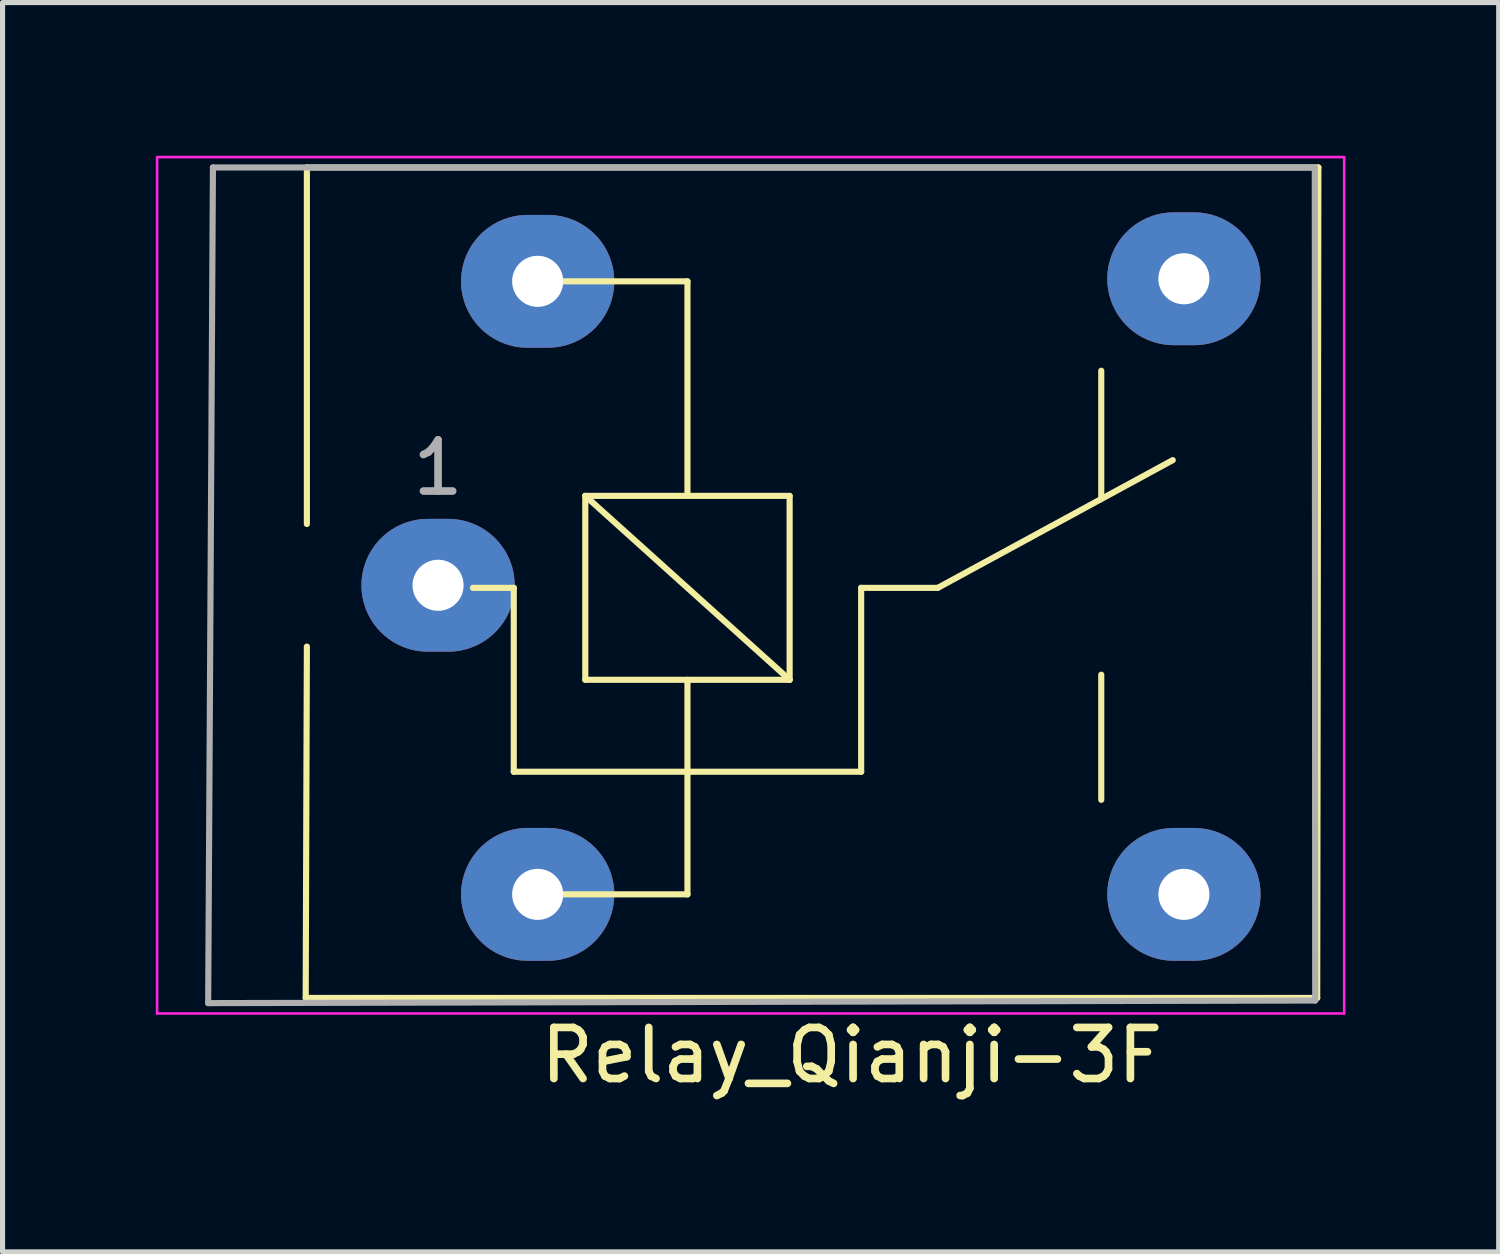
<source format=kicad_pcb>
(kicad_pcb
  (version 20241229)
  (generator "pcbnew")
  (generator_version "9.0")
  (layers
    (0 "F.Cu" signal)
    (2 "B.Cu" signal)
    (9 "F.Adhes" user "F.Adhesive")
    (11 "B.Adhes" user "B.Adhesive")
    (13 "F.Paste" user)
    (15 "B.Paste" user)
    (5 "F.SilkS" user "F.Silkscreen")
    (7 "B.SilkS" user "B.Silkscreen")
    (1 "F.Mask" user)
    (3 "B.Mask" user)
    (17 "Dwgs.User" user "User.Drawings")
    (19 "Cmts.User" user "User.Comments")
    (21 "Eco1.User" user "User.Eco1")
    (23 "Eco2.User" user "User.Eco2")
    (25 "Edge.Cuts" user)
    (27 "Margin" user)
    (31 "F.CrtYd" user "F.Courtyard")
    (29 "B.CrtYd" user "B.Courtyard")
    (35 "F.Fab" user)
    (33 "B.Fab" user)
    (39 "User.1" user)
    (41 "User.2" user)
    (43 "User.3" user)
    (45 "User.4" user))
  (footprint "Relay_Qianji-3F"
    (layer "F.Cu")
    (at 5.525 8.407)
    (property "Reference" "Relay_Qianji-3F" (at 8.1 9.2 180) (layer "F.SilkS") (effects (font (size 1 1) (thickness 0.15))))
    (attr through_hole)
    (fp_line (start -2.568 -8.179) (end -2.568 -1.2) (stroke (width 0.12) (type solid)) (layer "F.SilkS"))
    (fp_line (start -2.568 -8.179) (end 17.232 -8.179) (stroke (width 0.12) (type solid)) (layer "F.SilkS"))
    (fp_line (start -2.568 1.2) (end -2.591 8.077) (stroke (width 0.12) (type solid)) (layer "F.SilkS"))
    (fp_line (start 1.482 0.05) (end 0.682 0.05) (stroke (width 0.12) (type solid)) (layer "F.SilkS"))
    (fp_line (start 1.482 0.05) (end 1.482 3.65) (stroke (width 0.12) (type solid)) (layer "F.SilkS"))
    (fp_line (start 2.382 6.05) (end 4.882 6.05) (stroke (width 0.12) (type solid)) (layer "F.SilkS"))
    (fp_line (start 2.882 -1.75) (end 6.882 -1.75) (stroke (width 0.12) (type solid)) (layer "F.SilkS"))
    (fp_line (start 2.882 1.85) (end 2.882 -1.75) (stroke (width 0.12) (type solid)) (layer "F.SilkS"))
    (fp_line (start 4.882 -5.95) (end 2.382 -5.95) (stroke (width 0.12) (type solid)) (layer "F.SilkS"))
    (fp_line (start 4.882 -5.95) (end 4.882 -1.75) (stroke (width 0.12) (type solid)) (layer "F.SilkS"))
    (fp_line (start 4.882 1.85) (end 4.882 6.05) (stroke (width 0.12) (type solid)) (layer "F.SilkS"))
    (fp_line (start 6.882 -1.75) (end 6.882 1.85) (stroke (width 0.12) (type solid)) (layer "F.SilkS"))
    (fp_line (start 6.882 1.85) (end 2.882 -1.75) (stroke (width 0.12) (type solid)) (layer "F.SilkS"))
    (fp_line (start 6.882 1.85) (end 2.882 1.85) (stroke (width 0.12) (type solid)) (layer "F.SilkS"))
    (fp_line (start 8.282 0.05) (end 8.282 3.65) (stroke (width 0.12) (type solid)) (layer "F.SilkS"))
    (fp_line (start 8.282 0.05) (end 9.782 0.05) (stroke (width 0.12) (type solid)) (layer "F.SilkS"))
    (fp_line (start 8.282 3.65) (end 1.482 3.65) (stroke (width 0.12) (type solid)) (layer "F.SilkS"))
    (fp_line (start 9.782 0.05) (end 14.382 -2.45) (stroke (width 0.12) (type solid)) (layer "F.SilkS"))
    (fp_line (start 12.982 -4.2) (end 12.982 -1.7) (stroke (width 0.12) (type solid)) (layer "F.SilkS"))
    (fp_line (start 12.982 4.2) (end 12.982 1.75) (stroke (width 0.12) (type solid)) (layer "F.SilkS"))
    (fp_line (start 17.209 8.077) (end -2.591 8.077) (stroke (width 0.12) (type solid)) (layer "F.SilkS"))
    (fp_line (start 17.232 -8.179) (end 17.209 8.077) (stroke (width 0.12) (type solid)) (layer "F.SilkS"))
    (fp_line (start -5.5 8.382) (end -5.5 -8.382) (stroke (width 0.05) (type solid)) (layer "F.CrtYd"))
    (fp_line (start -5.5 8.382) (end 17.737 8.382) (stroke (width 0.05) (type solid)) (layer "F.CrtYd"))
    (fp_line (start 17.737 -8.382) (end -5.5 -8.382) (stroke (width 0.05) (type solid)) (layer "F.CrtYd"))
    (fp_line (start 17.737 -8.382) (end 17.737 8.382) (stroke (width 0.05) (type solid)) (layer "F.CrtYd"))
    (fp_line (start -4.5 8.179) (end -4.407 -8.179) (stroke (width 0.12) (type solid)) (layer "F.Fab"))
    (fp_line (start -4.407 -8.179) (end 17.162 -8.179) (stroke (width 0.12) (type solid)) (layer "F.Fab"))
    (fp_line (start 17.162 -8.179) (end 17.17 8.128) (stroke (width 0.12) (type solid)) (layer "F.Fab"))
    (fp_line (start 17.17 8.128) (end -4.5 8.179) (stroke (width 0.12) (type solid)) (layer "F.Fab"))
    (fp_text user "1" (at 0 -2.3 180) (layer "F.Fab") (effects (font (size 1 1) (thickness 0.15))))
    (pad "1" thru_hole oval (at 0 0 90) (size 2.6 3) (drill 1) (layers "*.Cu"))
    (pad "2" thru_hole oval (at 1.95 6.05 90) (size 2.6 3) (drill 1) (layers "*.Cu"))
    (pad "3" thru_hole oval (at 14.6 6.05 90) (size 2.6 3) (drill 1) (layers "*.Cu"))
    (pad "4" thru_hole oval (at 14.6 -6 90) (size 2.6 3) (drill 1) (layers "*.Cu"))
    (pad "5" thru_hole oval (at 1.95 -5.95 90) (size 2.6 3) (drill 1) (layers "*.Cu")))
  (gr_rect
    (start -3 -3)
    (end 26.287 21.455)
    (stroke (width 0.1) (type default))
    (fill no)
    (layer "Edge.Cuts")))
</source>
